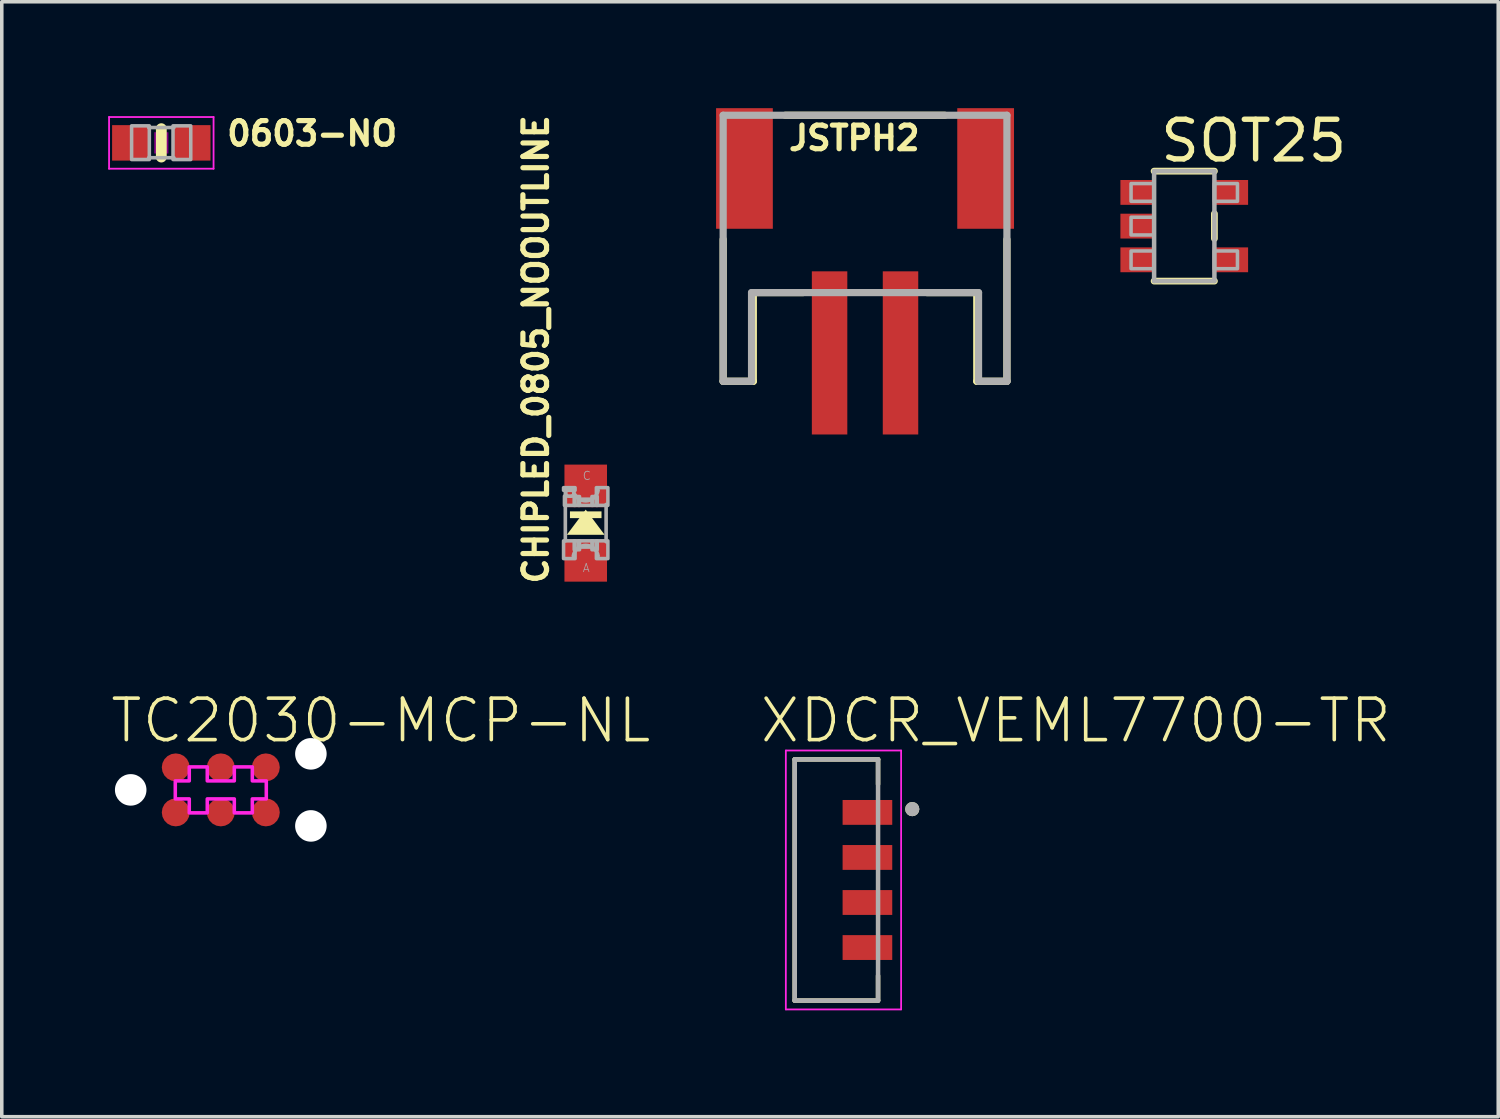
<source format=kicad_pcb>
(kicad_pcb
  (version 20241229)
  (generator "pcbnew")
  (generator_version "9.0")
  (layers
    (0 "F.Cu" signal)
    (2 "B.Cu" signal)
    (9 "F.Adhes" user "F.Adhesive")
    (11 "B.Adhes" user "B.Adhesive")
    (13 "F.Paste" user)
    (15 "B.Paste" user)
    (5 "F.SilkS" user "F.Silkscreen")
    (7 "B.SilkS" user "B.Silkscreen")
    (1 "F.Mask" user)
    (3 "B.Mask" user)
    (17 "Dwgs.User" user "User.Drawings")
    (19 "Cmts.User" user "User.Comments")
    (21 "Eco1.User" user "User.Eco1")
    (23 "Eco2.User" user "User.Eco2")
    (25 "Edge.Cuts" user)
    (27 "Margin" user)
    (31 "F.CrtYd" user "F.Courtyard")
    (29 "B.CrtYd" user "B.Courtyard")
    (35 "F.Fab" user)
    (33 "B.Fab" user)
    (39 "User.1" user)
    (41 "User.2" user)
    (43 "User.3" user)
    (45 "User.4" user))
  (footprint "CHIPLED_0805_NOOUTLINE"
    (layer "F.Cu")
    (at 13.464 11.699)
    (property "Reference" "CHIPLED_0805_NOOUTLINE" (at -1.016 1.778 90) (layer "F.SilkS") (effects (font (size 0.666 0.666) (thickness 0.146)) (justify left bottom)))
    (fp_poly (pts (xy 0.533 0.33) (xy -0.533 0.33) (xy 0 -0.381)) (stroke (width 0) (type solid)) (fill yes) (layer "F.SilkS"))
    (fp_poly (pts (xy -0.445 -0.141) (xy 0.445 -0.141) (xy 0.445 -0.331) (xy -0.445 -0.331)) (stroke (width 0) (type solid)) (fill yes) (layer "F.SilkS"))
    (fp_line (start -0.575 0.5) (end -0.575 -0.925) (stroke (width 0.102) (type solid)) (layer "F.Fab"))
    (fp_line (start 0.575 -0.525) (end 0.575 0.525) (stroke (width 0.102) (type solid)) (layer "F.Fab"))
    (fp_arc (start -0.35 0.925) (mid -0.000001 0.625027) (end 0.35 0.924998) (stroke (width 0.1016) (type solid)) (layer "F.Fab"))
    (fp_arc (start 0.35 -0.924998) (mid -0.000001 -0.625027) (end -0.35 -0.925) (stroke (width 0.1016) (type solid)) (layer "F.Fab"))
    (fp_circle (center -0.45 -0.85) (end -0.347 -0.85) (stroke (width 0.076) (type solid)) (fill no) (layer "F.Fab"))
    (fp_poly (pts (xy -0.625 -0.925) (xy -0.3 -0.925) (xy -0.3 -1) (xy -0.625 -1)) (stroke (width 0.1) (type solid)) (fill no) (layer "F.Fab"))
    (fp_poly (pts (xy -0.625 1) (xy -0.3 1) (xy -0.3 0.5) (xy -0.625 0.5)) (stroke (width 0.1) (type solid)) (fill no) (layer "F.Fab"))
    (fp_poly (pts (xy -0.6 -0.5) (xy -0.3 -0.5) (xy -0.3 -0.762) (xy -0.6 -0.762)) (stroke (width 0.1) (type solid)) (fill no) (layer "F.Fab"))
    (fp_poly (pts (xy -0.325 -0.5) (xy -0.175 -0.5) (xy -0.175 -0.75) (xy -0.325 -0.75)) (stroke (width 0.1) (type solid)) (fill no) (layer "F.Fab"))
    (fp_poly (pts (xy -0.325 0.75) (xy -0.175 0.75) (xy -0.175 0.5) (xy -0.325 0.5)) (stroke (width 0.1) (type solid)) (fill no) (layer "F.Fab"))
    (fp_poly (pts (xy -0.2 -0.5) (xy 0.2 -0.5) (xy 0.2 -0.675) (xy -0.2 -0.675)) (stroke (width 0.1) (type solid)) (fill no) (layer "F.Fab"))
    (fp_poly (pts (xy -0.2 0.675) (xy 0.2 0.675) (xy 0.2 0.5) (xy -0.2 0.5)) (stroke (width 0.1) (type solid)) (fill no) (layer "F.Fab"))
    (fp_poly (pts (xy 0.175 -0.5) (xy 0.325 -0.5) (xy 0.325 -0.75) (xy 0.175 -0.75)) (stroke (width 0.1) (type solid)) (fill no) (layer "F.Fab"))
    (fp_poly (pts (xy 0.175 0.75) (xy 0.325 0.75) (xy 0.325 0.5) (xy 0.175 0.5)) (stroke (width 0.1) (type solid)) (fill no) (layer "F.Fab"))
    (fp_poly (pts (xy 0.3 -0.5) (xy 0.625 -0.5) (xy 0.625 -1) (xy 0.3 -1)) (stroke (width 0.1) (type solid)) (fill no) (layer "F.Fab"))
    (fp_poly (pts (xy 0.3 1) (xy 0.625 1) (xy 0.625 0.5) (xy 0.3 0.5)) (stroke (width 0.1) (type solid)) (fill no) (layer "F.Fab"))
    (fp_text user "C" (at -0.1 -1.2 0) (layer "F.Fab") (effects (font (size 0.234 0.234) (thickness 0.02)) (justify left bottom)))
    (fp_text user "A" (at -0.1 1.4 0) (layer "F.Fab") (effects (font (size 0.234 0.234) (thickness 0.02)) (justify left bottom)))
    (pad "A" smd rect (at 0 1.05) (size 1.2 1.2) (layers "F.Cu" "F.Mask" "F.Paste"))
    (pad "C" smd rect (at 0 -1.05) (size 1.2 1.2) (layers "F.Cu" "F.Mask" "F.Paste")))
  (footprint "XDCR_VEML7700-TR"
    (layer "F.Cu")
    (at 20.856 21.76)
    (property "Reference" "XDCR_VEML7700-TR" (at -2.54 -3.81 0) (layer "F.SilkS") (effects (font (size 1.168 1.168) (thickness 0.102)) (justify left bottom)))
    (fp_line (start -1.5 -3.4) (end -1.5 3.4) (stroke (width 0.127) (type solid)) (layer "F.SilkS"))
    (fp_line (start -1.5 3.4) (end 0.85 3.4) (stroke (width 0.127) (type solid)) (layer "F.SilkS"))
    (fp_line (start 0.85 -3.4) (end -1.5 -3.4) (stroke (width 0.127) (type solid)) (layer "F.SilkS"))
    (fp_line (start 0.85 -3.4) (end 0.85 -2.7) (stroke (width 0.127) (type solid)) (layer "F.SilkS"))
    (fp_line (start 0.85 3.4) (end 0.85 2.7) (stroke (width 0.127) (type solid)) (layer "F.SilkS"))
    (fp_circle (center 1.814 -1.998) (end 1.914 -1.998) (stroke (width 0.2) (type solid)) (fill no) (layer "F.SilkS"))
    (fp_line (start -1.75 -3.65) (end -1.75 3.65) (stroke (width 0.05) (type solid)) (layer "F.CrtYd"))
    (fp_line (start -1.75 -3.65) (end 1.5 -3.65) (stroke (width 0.05) (type solid)) (layer "F.CrtYd"))
    (fp_line (start -1.75 3.65) (end 1.5 3.65) (stroke (width 0.05) (type solid)) (layer "F.CrtYd"))
    (fp_line (start 1.5 3.65) (end 1.5 -3.65) (stroke (width 0.05) (type solid)) (layer "F.CrtYd"))
    (fp_line (start -1.5 -3.4) (end -1.5 3.4) (stroke (width 0.127) (type solid)) (layer "F.Fab"))
    (fp_line (start -1.5 -3.4) (end 0.85 -3.4) (stroke (width 0.127) (type solid)) (layer "F.Fab"))
    (fp_line (start -1.5 3.4) (end 0.85 3.4) (stroke (width 0.127) (type solid)) (layer "F.Fab"))
    (fp_line (start 0.85 3.4) (end 0.85 -3.4) (stroke (width 0.127) (type solid)) (layer "F.Fab"))
    (fp_circle (center 1.814 -1.998) (end 1.914 -1.998) (stroke (width 0.2) (type solid)) (fill no) (layer "F.Fab"))
    (pad "1" smd rect (at 0.55 -1.905) (size 1.4 0.7) (layers "F.Cu" "F.Mask" "F.Paste"))
    (pad "2" smd rect (at 0.55 -0.635) (size 1.4 0.7) (layers "F.Cu" "F.Mask" "F.Paste"))
    (pad "3" smd rect (at 0.55 0.635) (size 1.4 0.7) (layers "F.Cu" "F.Mask" "F.Paste"))
    (pad "4" smd rect (at 0.55 1.905) (size 1.4 0.7) (layers "F.Cu" "F.Mask" "F.Paste")))
  (footprint "SOT25"
    (layer "F.Cu")
    (at 30.339 3.325)
    (property "Reference" "SOT25" (at -0.75 -1.75 0) (layer "F.SilkS") (effects (font (size 1.118 1.118) (thickness 0.152)) (justify left bottom)))
    (fp_line (start -0.85 -1.55) (end 0.85 -1.55) (stroke (width 0.191) (type solid)) (layer "F.SilkS"))
    (fp_line (start 0.85 -0.35) (end 0.85 0.35) (stroke (width 0.191) (type solid)) (layer "F.SilkS"))
    (fp_line (start 0.85 1.55) (end -0.85 1.55) (stroke (width 0.191) (type solid)) (layer "F.SilkS"))
    (fp_line (start -0.85 -1.55) (end 0.85 -1.55) (stroke (width 0.127) (type solid)) (layer "F.Fab"))
    (fp_line (start -0.85 1.55) (end -0.85 -1.55) (stroke (width 0.127) (type solid)) (layer "F.Fab"))
    (fp_line (start -0.85 1.55) (end 0.85 1.55) (stroke (width 0.127) (type solid)) (layer "F.Fab"))
    (fp_line (start 0.85 1.55) (end 0.85 -1.55) (stroke (width 0.127) (type solid)) (layer "F.Fab"))
    (fp_poly (pts (xy -0.85 -0.7) (xy -0.85 -1.2) (xy -1.5 -1.2) (xy -1.5 -0.7)) (stroke (width 0.1) (type solid)) (fill no) (layer "F.Fab"))
    (fp_poly (pts (xy -0.85 0.25) (xy -0.85 -0.25) (xy -1.5 -0.25) (xy -1.5 0.25)) (stroke (width 0.1) (type solid)) (fill no) (layer "F.Fab"))
    (fp_poly (pts (xy -0.85 1.2) (xy -0.85 0.7) (xy -1.5 0.7) (xy -1.5 1.2)) (stroke (width 0.1) (type solid)) (fill no) (layer "F.Fab"))
    (fp_poly (pts (xy 0.85 -1.2) (xy 0.85 -0.7) (xy 1.5 -0.7) (xy 1.5 -1.2)) (stroke (width 0.1) (type solid)) (fill no) (layer "F.Fab"))
    (fp_poly (pts (xy 0.85 0.7) (xy 0.85 1.2) (xy 1.5 1.2) (xy 1.5 0.7)) (stroke (width 0.1) (type solid)) (fill no) (layer "F.Fab"))
    (pad "1" smd rect (at -1.3 -0.95 180) (size 1 0.7) (layers "F.Cu" "F.Mask" "F.Paste"))
    (pad "2" smd rect (at -1.3 0 180) (size 1 0.7) (layers "F.Cu" "F.Mask" "F.Paste"))
    (pad "3" smd rect (at -1.3 0.95 180) (size 1 0.7) (layers "F.Cu" "F.Mask" "F.Paste"))
    (pad "4" smd rect (at 1.3 0.95) (size 1 0.7) (layers "F.Cu" "F.Mask" "F.Paste"))
    (pad "5" smd rect (at 1.3 -0.95) (size 1 0.7) (layers "F.Cu" "F.Mask" "F.Paste")))
  (footprint "TC2030-MCP-NL"
    (layer "F.Cu")
    (at 0.635 19.22)
    (property "Reference" "TC2030-MCP-NL" (at -0.635 -1.27 0) (layer "F.SilkS") (effects (font (size 1.168 1.168) (thickness 0.102)) (justify left bottom)))
    (fp_poly (pts (xy 2.159 -0.254) (xy 2.921 -0.254) (xy 2.921 -0.648) (xy 3.429 -0.648) (xy 3.429 -0.254) (xy 3.823 -0.254) (xy 3.823 0.254) (xy 3.429 0.254) (xy 3.429 0.648) (xy 2.921 0.648) (xy 2.921 0.254) (xy 2.159 0.254) (xy 2.159 0.648) (xy 1.651 0.648) (xy 1.651 0.254) (xy 1.257 0.254) (xy 1.257 -0.254) (xy 1.651 -0.254) (xy 1.651 -0.648) (xy 2.159 -0.648)) (stroke (width 0.1) (type solid)) (fill no) (layer "F.CrtYd"))
    (pad "" np_thru_hole circle (at 0 0) (size 0.889 0.889) (drill 0.889) (layers "*.Cu" "*.Mask"))
    (pad "" np_thru_hole circle (at 5.08 -1.016) (size 0.889 0.889) (drill 0.889) (layers "*.Cu" "*.Mask"))
    (pad "" np_thru_hole circle (at 5.08 1.016) (size 0.889 0.889) (drill 0.889) (layers "*.Cu" "*.Mask"))
    (pad "1" smd roundrect (at 1.27 0.635) (size 0.787 0.787) (layers "F.Cu" "F.Mask") (roundrect_rratio 0.5))
    (pad "2" smd roundrect (at 1.27 -0.635) (size 0.787 0.787) (layers "F.Cu" "F.Mask") (roundrect_rratio 0.5))
    (pad "3" smd roundrect (at 2.54 0.635) (size 0.787 0.787) (layers "F.Cu" "F.Mask") (roundrect_rratio 0.5))
    (pad "4" smd roundrect (at 2.54 -0.635) (size 0.787 0.787) (layers "F.Cu" "F.Mask") (roundrect_rratio 0.5))
    (pad "5" smd roundrect (at 3.81 0.635) (size 0.787 0.787) (layers "F.Cu" "F.Mask") (roundrect_rratio 0.5))
    (pad "6" smd roundrect (at 3.81 -0.635) (size 0.787 0.787) (layers "F.Cu" "F.Mask") (roundrect_rratio 0.5)))
  (footprint "0603-NO"
    (layer "F.Cu")
    (at 1.498 0.978)
    (property "Reference" "0603-NO" (at 1.778 0.127 0) (layer "F.SilkS") (effects (font (size 0.666 0.666) (thickness 0.146)) (justify left bottom)))
    (fp_line (start 0 -0.4) (end 0 0.4) (stroke (width 0.305) (type solid)) (layer "F.SilkS"))
    (fp_poly (pts (xy -0.2 0.3) (xy 0.2 0.3) (xy 0.2 -0.3) (xy -0.2 -0.3)) (stroke (width 0) (type solid)) (fill yes) (layer "F.Adhes"))
    (fp_line (start -1.473 -0.729) (end 1.473 -0.729) (stroke (width 0.051) (type solid)) (layer "F.CrtYd"))
    (fp_line (start -1.473 0.729) (end -1.473 -0.729) (stroke (width 0.051) (type solid)) (layer "F.CrtYd"))
    (fp_line (start 1.473 -0.729) (end 1.473 0.729) (stroke (width 0.051) (type solid)) (layer "F.CrtYd"))
    (fp_line (start 1.473 0.729) (end -1.473 0.729) (stroke (width 0.051) (type solid)) (layer "F.CrtYd"))
    (fp_line (start -0.356 -0.432) (end 0.356 -0.432) (stroke (width 0.102) (type solid)) (layer "F.Fab"))
    (fp_line (start -0.356 0.419) (end 0.356 0.419) (stroke (width 0.102) (type solid)) (layer "F.Fab"))
    (fp_poly (pts (xy -0.838 0.47) (xy -0.338 0.47) (xy -0.338 -0.48) (xy -0.838 -0.48)) (stroke (width 0.1) (type solid)) (fill no) (layer "F.Fab"))
    (fp_poly (pts (xy 0.33 0.47) (xy 0.83 0.47) (xy 0.83 -0.48) (xy 0.33 -0.48)) (stroke (width 0.1) (type solid)) (fill no) (layer "F.Fab"))
    (pad "1" smd rect (at -0.85 0) (size 1.075 1) (layers "F.Cu" "F.Mask" "F.Paste"))
    (pad "2" smd rect (at 0.85 0) (size 1.075 1) (layers "F.Cu" "F.Mask" "F.Paste")))
  (footprint "JSTPH2"
    (layer "F.Cu")
    (at 21.339 3.2)
    (property "Reference" "JSTPH2" (at -2.223 -1.968 0) (layer "F.SilkS") (effects (font (size 0.666 0.666) (thickness 0.146)) (justify left bottom)))
    (fp_line (start -4 4.5) (end -4 0.5) (stroke (width 0.203) (type solid)) (layer "F.SilkS"))
    (fp_line (start -3.15 2) (end -3.15 4.5) (stroke (width 0.203) (type solid)) (layer "F.SilkS"))
    (fp_line (start -3.15 4.5) (end -4 4.5) (stroke (width 0.203) (type solid)) (layer "F.SilkS"))
    (fp_line (start -2.25 -3) (end 2.25 -3) (stroke (width 0.203) (type solid)) (layer "F.SilkS"))
    (fp_line (start -1.75 2) (end -3.15 2) (stroke (width 0.203) (type solid)) (layer "F.SilkS"))
    (fp_line (start 3.15 2) (end 1.75 2) (stroke (width 0.203) (type solid)) (layer "F.SilkS"))
    (fp_line (start 3.15 4.5) (end 3.15 2) (stroke (width 0.203) (type solid)) (layer "F.SilkS"))
    (fp_line (start 4 0.5) (end 4 4.5) (stroke (width 0.203) (type solid)) (layer "F.SilkS"))
    (fp_line (start 4 4.5) (end 3.15 4.5) (stroke (width 0.203) (type solid)) (layer "F.SilkS"))
    (fp_line (start -4 -3) (end 4 -3) (stroke (width 0.203) (type solid)) (layer "F.Fab"))
    (fp_line (start -4 4.5) (end -4 -3) (stroke (width 0.203) (type solid)) (layer "F.Fab"))
    (fp_line (start -3.2 2) (end -3.2 4.5) (stroke (width 0.203) (type solid)) (layer "F.Fab"))
    (fp_line (start -3.2 4.5) (end -4 4.5) (stroke (width 0.203) (type solid)) (layer "F.Fab"))
    (fp_line (start 3.2 2) (end -3.2 2) (stroke (width 0.203) (type solid)) (layer "F.Fab"))
    (fp_line (start 3.2 4.5) (end 3.2 2) (stroke (width 0.203) (type solid)) (layer "F.Fab"))
    (fp_line (start 4 -3) (end 4 4.5) (stroke (width 0.203) (type solid)) (layer "F.Fab"))
    (fp_line (start 4 4.5) (end 3.2 4.5) (stroke (width 0.203) (type solid)) (layer "F.Fab"))
    (pad "1" smd rect (at -1 3.7) (size 1 4.6) (layers "F.Cu" "F.Mask" "F.Paste"))
    (pad "2" smd rect (at 1 3.7) (size 1 4.6) (layers "F.Cu" "F.Mask" "F.Paste"))
    (pad "NC1" smd rect (at -3.4 -1.5 90) (size 3.4 1.6) (layers "F.Cu" "F.Mask" "F.Paste"))
    (pad "NC2" smd rect (at 3.4 -1.5 90) (size 3.4 1.6) (layers "F.Cu" "F.Mask" "F.Paste")))
  (gr_rect
    (start -3 -3)
    (end 39.191 28.435)
    (stroke (width 0.1) (type default))
    (fill no)
    (layer "Edge.Cuts")))
</source>
